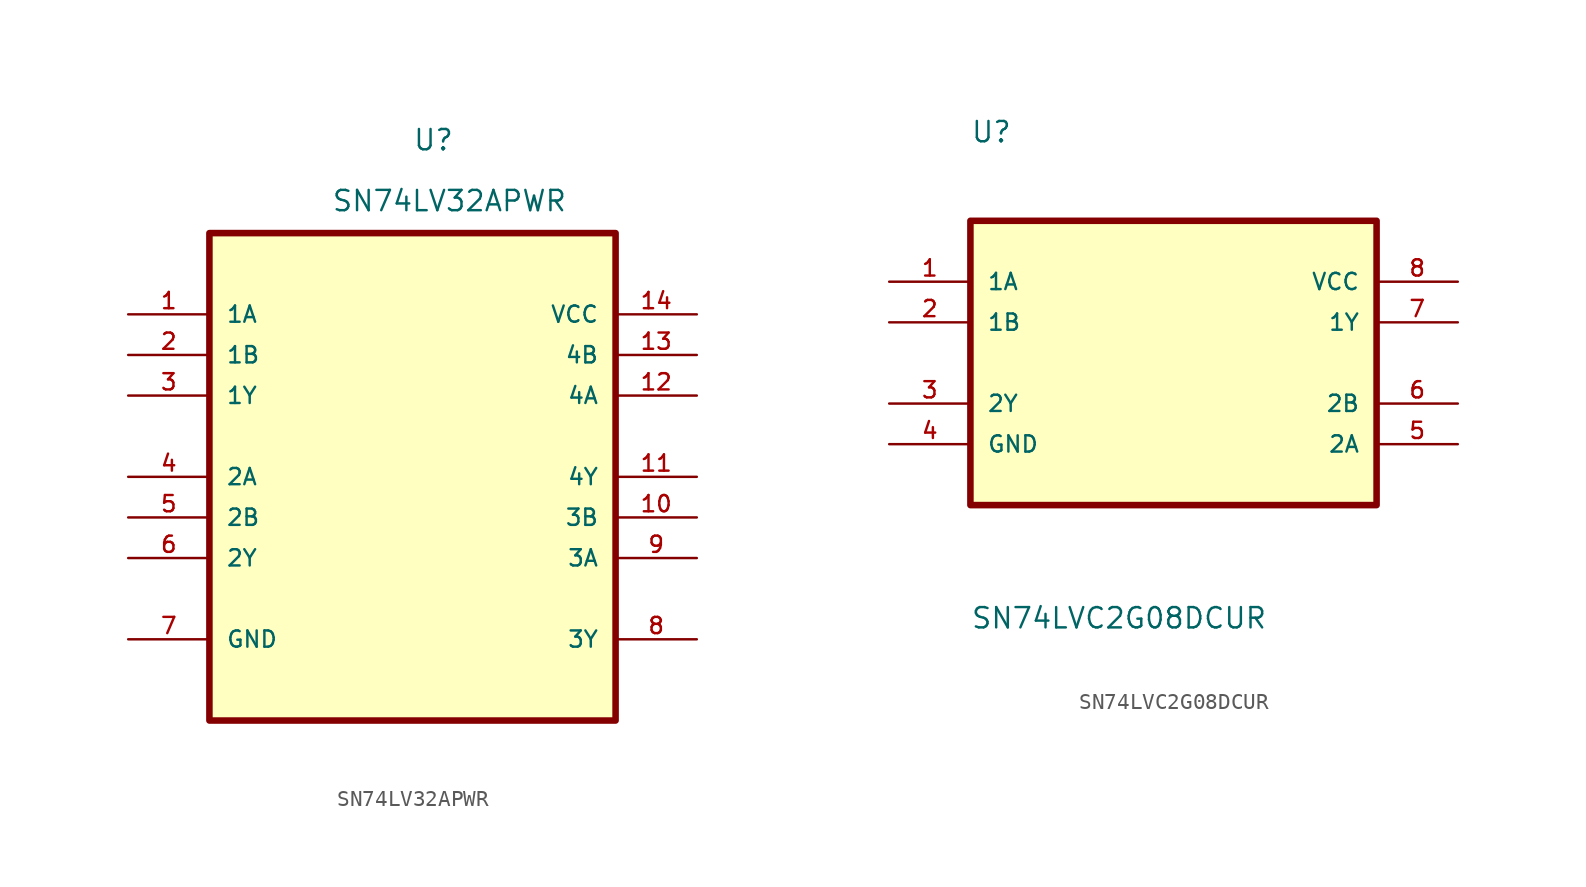
<source format=kicad_sym>
(kicad_symbol_lib
  (version 20220914)
  (generator kicad_symbol_editor)
  (symbol "SN74LV32APWR"
    (pin_names
      (offset 1.016))
    (property "Reference" "U"
      (at 0 22.86 0)
      (effects (font (size 1.27 1.27)) (justify left bottom)))
    (property "Value" "SN74LV32APWR"
      (at -5.08 19.05 0)
      (effects (font (size 1.27 1.27)) (justify left bottom)))
    (symbol "SN74LV32APWR_0_0"
      (rectangle (start -12.7 17.78) (end 12.7 -12.7) (stroke (width 0.41) (type default)) (fill (type background))))
    (symbol "SN74LV32APWR_1_0"
      (pin passive line (at -17.78 12.7 0) (length 5.08) (name "1A" (effects (font (size 1.016 1.016)))) (number "1" (effects (font (size 1.016 1.016)))))
      (pin passive line (at 17.78 0 180) (length 5.08) (name "3B" (effects (font (size 1.016 1.016)))) (number "10" (effects (font (size 1.016 1.016)))))
      (pin passive line (at 17.78 2.54 180) (length 5.08) (name "4Y" (effects (font (size 1.016 1.016)))) (number "11" (effects (font (size 1.016 1.016)))))
      (pin passive line (at 17.78 7.62 180) (length 5.08) (name "4A" (effects (font (size 1.016 1.016)))) (number "12" (effects (font (size 1.016 1.016)))))
      (pin passive line (at 17.78 10.16 180) (length 5.08) (name "4B" (effects (font (size 1.016 1.016)))) (number "13" (effects (font (size 1.016 1.016)))))
      (pin passive line (at 17.78 12.7 180) (length 5.08) (name "VCC" (effects (font (size 1.016 1.016)))) (number "14" (effects (font (size 1.016 1.016)))))
      (pin passive line (at -17.78 10.16 0) (length 5.08) (name "1B" (effects (font (size 1.016 1.016)))) (number "2" (effects (font (size 1.016 1.016)))))
      (pin passive line (at -17.78 7.62 0) (length 5.08) (name "1Y" (effects (font (size 1.016 1.016)))) (number "3" (effects (font (size 1.016 1.016)))))
      (pin passive line (at -17.78 2.54 0) (length 5.08) (name "2A" (effects (font (size 1.016 1.016)))) (number "4" (effects (font (size 1.016 1.016)))))
      (pin passive line (at -17.78 0 0) (length 5.08) (name "2B" (effects (font (size 1.016 1.016)))) (number "5" (effects (font (size 1.016 1.016)))))
      (pin passive line (at -17.78 -2.54 0) (length 5.08) (name "2Y" (effects (font (size 1.016 1.016)))) (number "6" (effects (font (size 1.016 1.016)))))
      (pin passive line (at -17.78 -7.62 0) (length 5.08) (name "GND" (effects (font (size 1.016 1.016)))) (number "7" (effects (font (size 1.016 1.016)))))
      (pin passive line (at 17.78 -7.62 180) (length 5.08) (name "3Y" (effects (font (size 1.016 1.016)))) (number "8" (effects (font (size 1.016 1.016)))))
      (pin passive line (at 17.78 -2.54 180) (length 5.08) (name "3A" (effects (font (size 1.016 1.016)))) (number "9" (effects (font (size 1.016 1.016)))))))
  (symbol "SN74LVC2G08DCUR"
    (pin_names
      (offset 1.016))
    (property "Reference" "U"
      (at -12.7 13.7 0)
      (effects (font (size 1.27 1.27)) (justify left bottom)))
    (property "Value" "SN74LVC2G08DCUR"
      (at -12.7 -16.7 0)
      (effects (font (size 1.27 1.27)) (justify left bottom)))
    (symbol "SN74LVC2G08DCUR_0_0"
      (rectangle (start -12.7 8.89) (end 12.7 -8.89) (stroke (width 0.41) (type default)) (fill (type background)))
      (pin input line (at -17.78 5.08 0) (length 5.08) (name "1A" (effects (font (size 1.016 1.016)))) (number "1" (effects (font (size 1.016 1.016)))))
      (pin input line (at -17.78 2.54 0) (length 5.08) (name "1B" (effects (font (size 1.016 1.016)))) (number "2" (effects (font (size 1.016 1.016)))))
      (pin output line (at -17.78 -2.54 0) (length 5.08) (name "2Y" (effects (font (size 1.016 1.016)))) (number "3" (effects (font (size 1.016 1.016)))))
      (pin power_in line (at -17.78 -5.08 0) (length 5.08) (name "GND" (effects (font (size 1.016 1.016)))) (number "4" (effects (font (size 1.016 1.016)))))
      (pin input line (at 17.78 -5.08 180) (length 5.08) (name "2A" (effects (font (size 1.016 1.016)))) (number "5" (effects (font (size 1.016 1.016)))))
      (pin input line (at 17.78 -2.54 180) (length 5.08) (name "2B" (effects (font (size 1.016 1.016)))) (number "6" (effects (font (size 1.016 1.016)))))
      (pin output line (at 17.78 2.54 180) (length 5.08) (name "1Y" (effects (font (size 1.016 1.016)))) (number "7" (effects (font (size 1.016 1.016)))))
      (pin power_in line (at 17.78 5.08 180) (length 5.08) (name "VCC" (effects (font (size 1.016 1.016)))) (number "8" (effects (font (size 1.016 1.016))))))))
</source>
